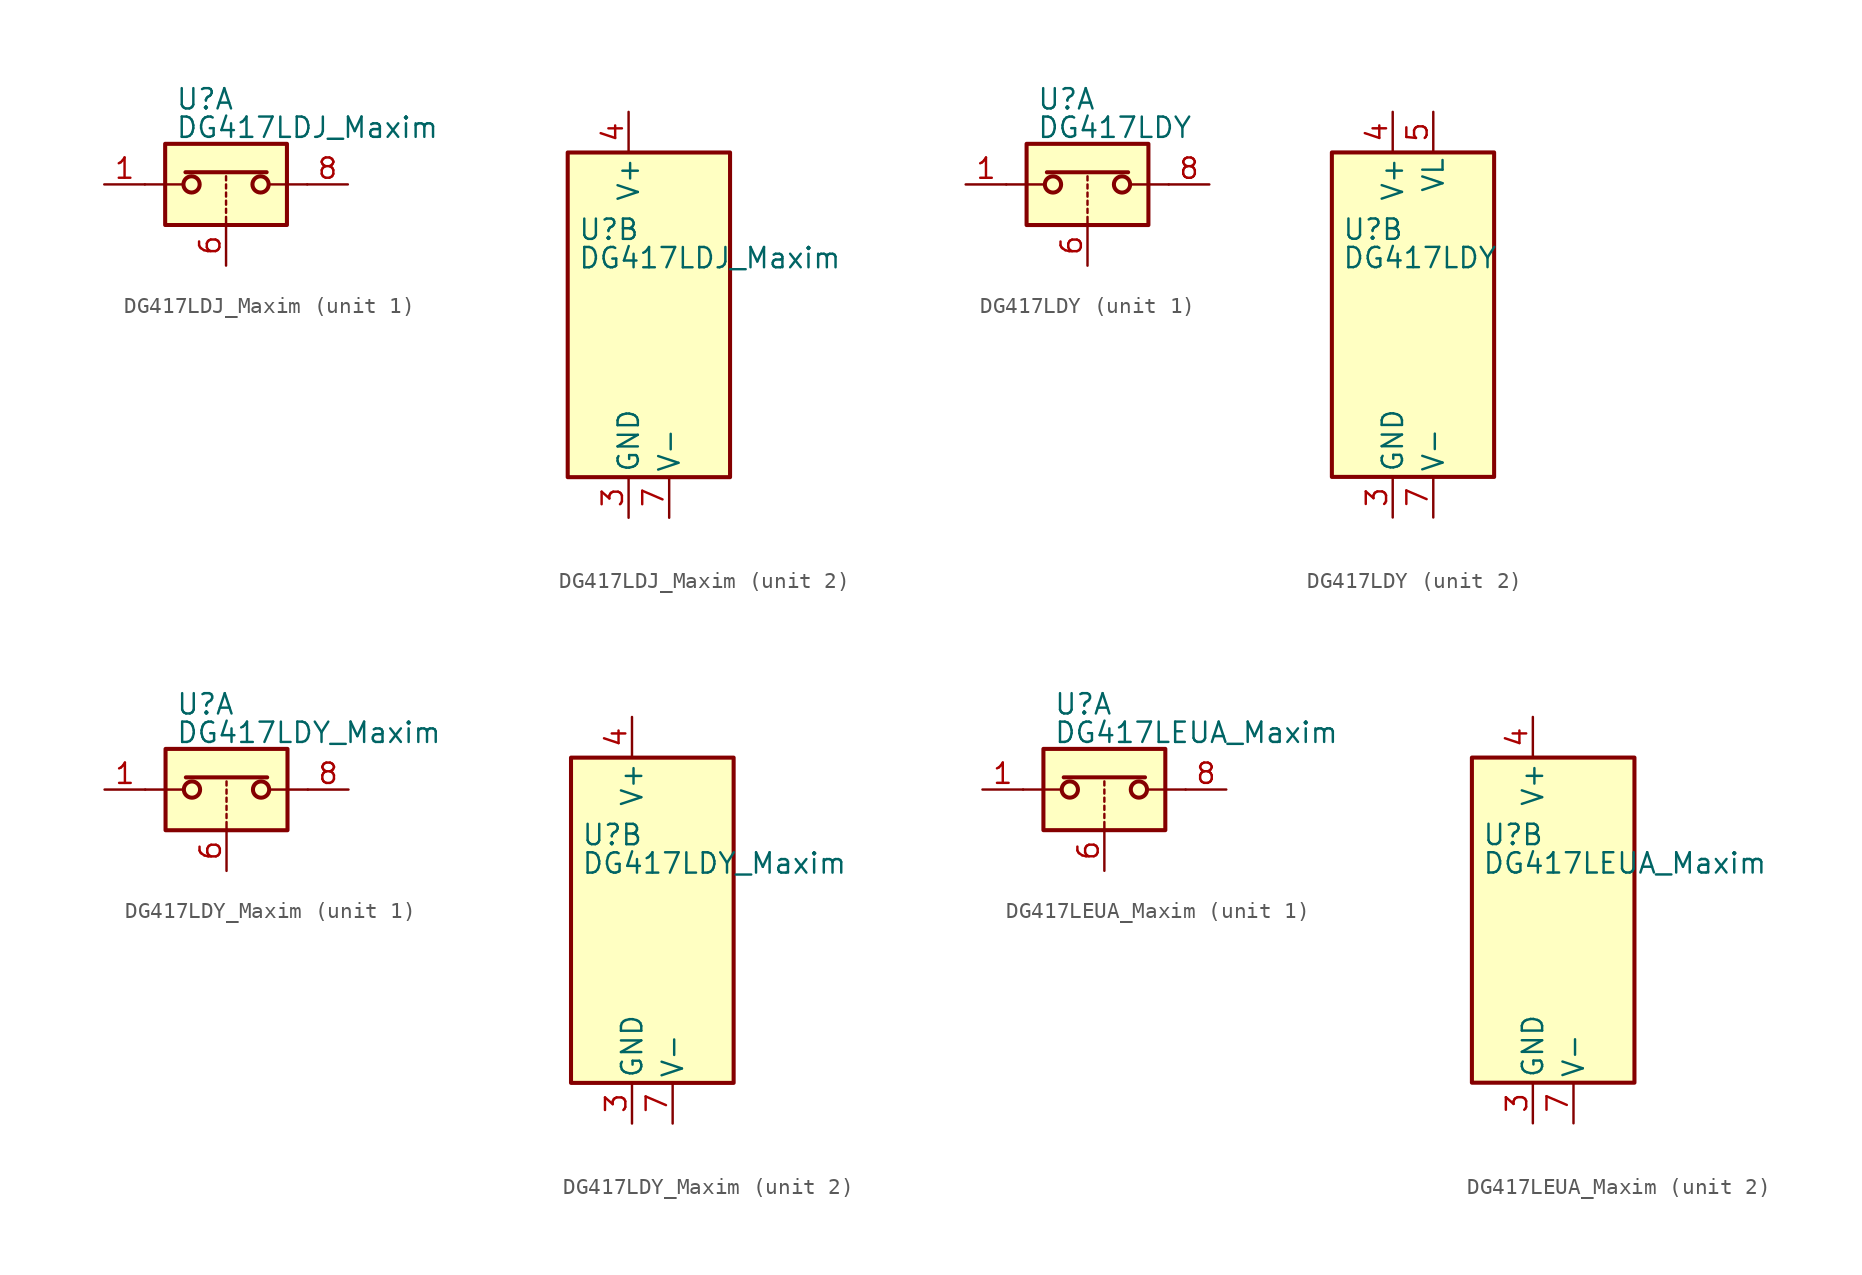
<source format=kicad_sym>
(kicad_symbol_lib
  (version 20211014)
  (generator kicad_symbol_editor)
  (symbol "DG417LDJ_Maxim"
    (pin_names
      (offset 0.254))
    (property "Reference" "U"
      (at -3.175 5.334 0)
      (effects (font (size 1.27 1.27)) (justify left)))
    (property "Value" "DG417LDJ_Maxim"
      (at -3.175 3.556 0)
      (effects (font (size 1.27 1.27)) (justify left)))
    (symbol "DG417LDJ_Maxim_1_1"
      (rectangle (start -3.81 2.54) (end 3.81 -2.54) (stroke (width 0.254) (type default) (color 0 0 0 0)) (fill (type background)))
      (circle (center -2.159 0) (radius 0.508) (stroke (width 0.254) (type default) (color 0 0 0 0)) (fill (type none)))
      (polyline (pts (xy -5.08 0) (xy -2.794 0)) (stroke (width 0) (type default) (color 0 0 0 0)) (fill (type none)))
      (polyline (pts (xy -2.54 0.762) (xy 2.54 0.762)) (stroke (width 0.254) (type default) (color 0 0 0 0)) (fill (type none)))
      (polyline (pts (xy 0 -2.54) (xy 0 -2.032)) (stroke (width 0) (type default) (color 0 0 0 0)) (fill (type none)))
      (polyline (pts (xy 0 -1.778) (xy 0 -1.524)) (stroke (width 0) (type default) (color 0 0 0 0)) (fill (type none)))
      (polyline (pts (xy 0 -1.27) (xy 0 -1.016)) (stroke (width 0) (type default) (color 0 0 0 0)) (fill (type none)))
      (polyline (pts (xy 0 -0.762) (xy 0 -0.508)) (stroke (width 0) (type default) (color 0 0 0 0)) (fill (type none)))
      (polyline (pts (xy 0 -0.254) (xy 0 0)) (stroke (width 0) (type default) (color 0 0 0 0)) (fill (type none)))
      (polyline (pts (xy 0 0.254) (xy 0 0.508)) (stroke (width 0) (type default) (color 0 0 0 0)) (fill (type none)))
      (polyline (pts (xy 5.08 0) (xy 2.794 0)) (stroke (width 0) (type default) (color 0 0 0 0)) (fill (type none)))
      (circle (center 2.159 0) (radius 0.508) (stroke (width 0.254) (type default) (color 0 0 0 0)) (fill (type none)))
      (pin passive line (at -7.62 0 0) (length 2.54) (name "~" (effects (font (size 1.27 1.27)))) (number "1" (effects (font (size 1.27 1.27)))))
      (pin input line (at 0 -5.08 90) (length 2.54) (name "~" (effects (font (size 1.27 1.27)))) (number "6" (effects (font (size 1.27 1.27)))))
      (pin passive line (at 7.62 0 180) (length 2.54) (name "~" (effects (font (size 1.27 1.27)))) (number "8" (effects (font (size 1.27 1.27))))))
    (symbol "DG417LDJ_Maxim_2_0"
      (pin no_connect line (at -2.54 10.16 270) (length 2.54) hide (name "NC" (effects (font (size 1.27 1.27)))) (number "2" (effects (font (size 1.27 1.27)))))
      (pin power_in line (at 0 -12.7 90) (length 2.54) (name "GND" (effects (font (size 1.27 1.27)))) (number "3" (effects (font (size 1.27 1.27)))))
      (pin power_in line (at 0 12.7 270) (length 2.54) (name "V+" (effects (font (size 1.27 1.27)))) (number "4" (effects (font (size 1.27 1.27)))))
      (pin no_connect line (at 2.54 10.16 270) (length 2.54) hide (name "NC" (effects (font (size 1.27 1.27)))) (number "5" (effects (font (size 1.27 1.27)))))
      (pin power_in line (at 2.54 -12.7 90) (length 2.54) (name "V-" (effects (font (size 1.27 1.27)))) (number "7" (effects (font (size 1.27 1.27))))))
    (symbol "DG417LDJ_Maxim_2_1"
      (rectangle (start -3.81 10.16) (end 6.35 -10.16) (stroke (width 0.254) (type default) (color 0 0 0 0)) (fill (type background)))))
  (symbol "DG417LDY"
    (pin_names
      (offset 0.254))
    (property "Reference" "U"
      (at -3.175 5.334 0)
      (effects (font (size 1.27 1.27)) (justify left)))
    (property "Value" "DG417LDY"
      (at -3.175 3.556 0)
      (effects (font (size 1.27 1.27)) (justify left)))
    (symbol "DG417LDY_1_1"
      (rectangle (start -3.81 2.54) (end 3.81 -2.54) (stroke (width 0.254) (type default) (color 0 0 0 0)) (fill (type background)))
      (circle (center -2.159 0) (radius 0.508) (stroke (width 0.254) (type default) (color 0 0 0 0)) (fill (type none)))
      (polyline (pts (xy -5.08 0) (xy -2.794 0)) (stroke (width 0) (type default) (color 0 0 0 0)) (fill (type none)))
      (polyline (pts (xy -2.54 0.762) (xy 2.54 0.762)) (stroke (width 0.254) (type default) (color 0 0 0 0)) (fill (type none)))
      (polyline (pts (xy 0 -2.54) (xy 0 -2.032)) (stroke (width 0) (type default) (color 0 0 0 0)) (fill (type none)))
      (polyline (pts (xy 0 -1.778) (xy 0 -1.524)) (stroke (width 0) (type default) (color 0 0 0 0)) (fill (type none)))
      (polyline (pts (xy 0 -1.27) (xy 0 -1.016)) (stroke (width 0) (type default) (color 0 0 0 0)) (fill (type none)))
      (polyline (pts (xy 0 -0.762) (xy 0 -0.508)) (stroke (width 0) (type default) (color 0 0 0 0)) (fill (type none)))
      (polyline (pts (xy 0 -0.254) (xy 0 0)) (stroke (width 0) (type default) (color 0 0 0 0)) (fill (type none)))
      (polyline (pts (xy 0 0.254) (xy 0 0.508)) (stroke (width 0) (type default) (color 0 0 0 0)) (fill (type none)))
      (polyline (pts (xy 5.08 0) (xy 2.794 0)) (stroke (width 0) (type default) (color 0 0 0 0)) (fill (type none)))
      (circle (center 2.159 0) (radius 0.508) (stroke (width 0.254) (type default) (color 0 0 0 0)) (fill (type none)))
      (pin passive line (at -7.62 0 0) (length 2.54) (name "~" (effects (font (size 1.27 1.27)))) (number "1" (effects (font (size 1.27 1.27)))))
      (pin input line (at 0 -5.08 90) (length 2.54) (name "~" (effects (font (size 1.27 1.27)))) (number "6" (effects (font (size 1.27 1.27)))))
      (pin passive line (at 7.62 0 180) (length 2.54) (name "~" (effects (font (size 1.27 1.27)))) (number "8" (effects (font (size 1.27 1.27))))))
    (symbol "DG417LDY_2_0"
      (pin no_connect line (at -2.54 10.16 270) (length 2.54) hide (name "NC" (effects (font (size 1.27 1.27)))) (number "2" (effects (font (size 1.27 1.27)))))
      (pin power_in line (at 0 -12.7 90) (length 2.54) (name "GND" (effects (font (size 1.27 1.27)))) (number "3" (effects (font (size 1.27 1.27)))))
      (pin power_in line (at 0 12.7 270) (length 2.54) (name "V+" (effects (font (size 1.27 1.27)))) (number "4" (effects (font (size 1.27 1.27)))))
      (pin power_in line (at 2.54 12.7 270) (length 2.54) (name "VL" (effects (font (size 1.27 1.27)))) (number "5" (effects (font (size 1.27 1.27)))))
      (pin power_in line (at 2.54 -12.7 90) (length 2.54) (name "V-" (effects (font (size 1.27 1.27)))) (number "7" (effects (font (size 1.27 1.27))))))
    (symbol "DG417LDY_2_1"
      (rectangle (start -3.81 10.16) (end 6.35 -10.16) (stroke (width 0.254) (type default) (color 0 0 0 0)) (fill (type background)))))
  (symbol "DG417LDY_Maxim"
    (pin_names
      (offset 0.254))
    (property "Reference" "U"
      (at -3.175 5.334 0)
      (effects (font (size 1.27 1.27)) (justify left)))
    (property "Value" "DG417LDY_Maxim"
      (at -3.175 3.556 0)
      (effects (font (size 1.27 1.27)) (justify left)))
    (symbol "DG417LDY_Maxim_1_1"
      (rectangle (start -3.81 2.54) (end 3.81 -2.54) (stroke (width 0.254) (type default) (color 0 0 0 0)) (fill (type background)))
      (circle (center -2.159 0) (radius 0.508) (stroke (width 0.254) (type default) (color 0 0 0 0)) (fill (type none)))
      (polyline (pts (xy -5.08 0) (xy -2.794 0)) (stroke (width 0) (type default) (color 0 0 0 0)) (fill (type none)))
      (polyline (pts (xy -2.54 0.762) (xy 2.54 0.762)) (stroke (width 0.254) (type default) (color 0 0 0 0)) (fill (type none)))
      (polyline (pts (xy 0 -2.54) (xy 0 -2.032)) (stroke (width 0) (type default) (color 0 0 0 0)) (fill (type none)))
      (polyline (pts (xy 0 -1.778) (xy 0 -1.524)) (stroke (width 0) (type default) (color 0 0 0 0)) (fill (type none)))
      (polyline (pts (xy 0 -1.27) (xy 0 -1.016)) (stroke (width 0) (type default) (color 0 0 0 0)) (fill (type none)))
      (polyline (pts (xy 0 -0.762) (xy 0 -0.508)) (stroke (width 0) (type default) (color 0 0 0 0)) (fill (type none)))
      (polyline (pts (xy 0 -0.254) (xy 0 0)) (stroke (width 0) (type default) (color 0 0 0 0)) (fill (type none)))
      (polyline (pts (xy 0 0.254) (xy 0 0.508)) (stroke (width 0) (type default) (color 0 0 0 0)) (fill (type none)))
      (polyline (pts (xy 5.08 0) (xy 2.794 0)) (stroke (width 0) (type default) (color 0 0 0 0)) (fill (type none)))
      (circle (center 2.159 0) (radius 0.508) (stroke (width 0.254) (type default) (color 0 0 0 0)) (fill (type none)))
      (pin passive line (at -7.62 0 0) (length 2.54) (name "~" (effects (font (size 1.27 1.27)))) (number "1" (effects (font (size 1.27 1.27)))))
      (pin input line (at 0 -5.08 90) (length 2.54) (name "~" (effects (font (size 1.27 1.27)))) (number "6" (effects (font (size 1.27 1.27)))))
      (pin passive line (at 7.62 0 180) (length 2.54) (name "~" (effects (font (size 1.27 1.27)))) (number "8" (effects (font (size 1.27 1.27))))))
    (symbol "DG417LDY_Maxim_2_0"
      (pin no_connect line (at -2.54 10.16 270) (length 2.54) hide (name "NC" (effects (font (size 1.27 1.27)))) (number "2" (effects (font (size 1.27 1.27)))))
      (pin power_in line (at 0 -12.7 90) (length 2.54) (name "GND" (effects (font (size 1.27 1.27)))) (number "3" (effects (font (size 1.27 1.27)))))
      (pin power_in line (at 0 12.7 270) (length 2.54) (name "V+" (effects (font (size 1.27 1.27)))) (number "4" (effects (font (size 1.27 1.27)))))
      (pin no_connect line (at 2.54 10.16 270) (length 2.54) hide (name "NC" (effects (font (size 1.27 1.27)))) (number "5" (effects (font (size 1.27 1.27)))))
      (pin power_in line (at 2.54 -12.7 90) (length 2.54) (name "V-" (effects (font (size 1.27 1.27)))) (number "7" (effects (font (size 1.27 1.27))))))
    (symbol "DG417LDY_Maxim_2_1"
      (rectangle (start -3.81 10.16) (end 6.35 -10.16) (stroke (width 0.254) (type default) (color 0 0 0 0)) (fill (type background)))))
  (symbol "DG417LEUA_Maxim"
    (pin_names
      (offset 0.254))
    (property "Reference" "U"
      (at -3.175 5.334 0)
      (effects (font (size 1.27 1.27)) (justify left)))
    (property "Value" "DG417LEUA_Maxim"
      (at -3.175 3.556 0)
      (effects (font (size 1.27 1.27)) (justify left)))
    (symbol "DG417LEUA_Maxim_1_1"
      (rectangle (start -3.81 2.54) (end 3.81 -2.54) (stroke (width 0.254) (type default) (color 0 0 0 0)) (fill (type background)))
      (circle (center -2.159 0) (radius 0.508) (stroke (width 0.254) (type default) (color 0 0 0 0)) (fill (type none)))
      (polyline (pts (xy -5.08 0) (xy -2.794 0)) (stroke (width 0) (type default) (color 0 0 0 0)) (fill (type none)))
      (polyline (pts (xy -2.54 0.762) (xy 2.54 0.762)) (stroke (width 0.254) (type default) (color 0 0 0 0)) (fill (type none)))
      (polyline (pts (xy 0 -2.54) (xy 0 -2.032)) (stroke (width 0) (type default) (color 0 0 0 0)) (fill (type none)))
      (polyline (pts (xy 0 -1.778) (xy 0 -1.524)) (stroke (width 0) (type default) (color 0 0 0 0)) (fill (type none)))
      (polyline (pts (xy 0 -1.27) (xy 0 -1.016)) (stroke (width 0) (type default) (color 0 0 0 0)) (fill (type none)))
      (polyline (pts (xy 0 -0.762) (xy 0 -0.508)) (stroke (width 0) (type default) (color 0 0 0 0)) (fill (type none)))
      (polyline (pts (xy 0 -0.254) (xy 0 0)) (stroke (width 0) (type default) (color 0 0 0 0)) (fill (type none)))
      (polyline (pts (xy 0 0.254) (xy 0 0.508)) (stroke (width 0) (type default) (color 0 0 0 0)) (fill (type none)))
      (polyline (pts (xy 5.08 0) (xy 2.794 0)) (stroke (width 0) (type default) (color 0 0 0 0)) (fill (type none)))
      (circle (center 2.159 0) (radius 0.508) (stroke (width 0.254) (type default) (color 0 0 0 0)) (fill (type none)))
      (pin passive line (at -7.62 0 0) (length 2.54) (name "~" (effects (font (size 1.27 1.27)))) (number "1" (effects (font (size 1.27 1.27)))))
      (pin input line (at 0 -5.08 90) (length 2.54) (name "~" (effects (font (size 1.27 1.27)))) (number "6" (effects (font (size 1.27 1.27)))))
      (pin passive line (at 7.62 0 180) (length 2.54) (name "~" (effects (font (size 1.27 1.27)))) (number "8" (effects (font (size 1.27 1.27))))))
    (symbol "DG417LEUA_Maxim_2_0"
      (pin no_connect line (at -2.54 10.16 270) (length 2.54) hide (name "NC" (effects (font (size 1.27 1.27)))) (number "2" (effects (font (size 1.27 1.27)))))
      (pin power_in line (at 0 -12.7 90) (length 2.54) (name "GND" (effects (font (size 1.27 1.27)))) (number "3" (effects (font (size 1.27 1.27)))))
      (pin power_in line (at 0 12.7 270) (length 2.54) (name "V+" (effects (font (size 1.27 1.27)))) (number "4" (effects (font (size 1.27 1.27)))))
      (pin no_connect line (at 2.54 10.16 270) (length 2.54) hide (name "NC" (effects (font (size 1.27 1.27)))) (number "5" (effects (font (size 1.27 1.27)))))
      (pin power_in line (at 2.54 -12.7 90) (length 2.54) (name "V-" (effects (font (size 1.27 1.27)))) (number "7" (effects (font (size 1.27 1.27))))))
    (symbol "DG417LEUA_Maxim_2_1"
      (rectangle (start -3.81 10.16) (end 6.35 -10.16) (stroke (width 0.254) (type default) (color 0 0 0 0)) (fill (type background))))))
</source>
